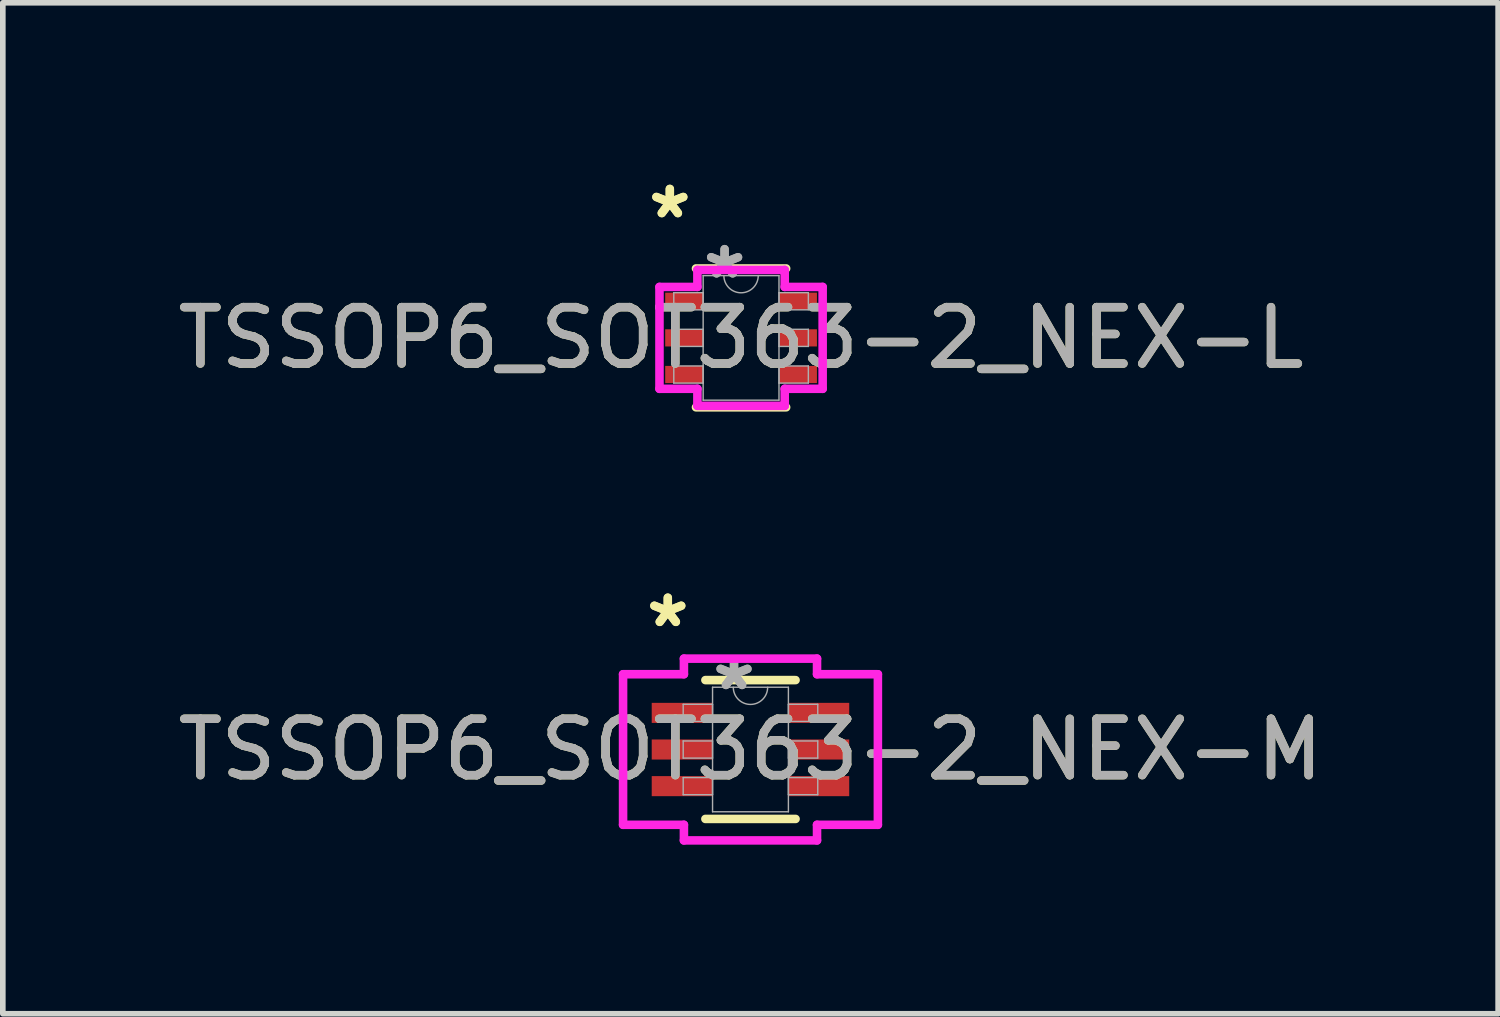
<source format=kicad_pcb>
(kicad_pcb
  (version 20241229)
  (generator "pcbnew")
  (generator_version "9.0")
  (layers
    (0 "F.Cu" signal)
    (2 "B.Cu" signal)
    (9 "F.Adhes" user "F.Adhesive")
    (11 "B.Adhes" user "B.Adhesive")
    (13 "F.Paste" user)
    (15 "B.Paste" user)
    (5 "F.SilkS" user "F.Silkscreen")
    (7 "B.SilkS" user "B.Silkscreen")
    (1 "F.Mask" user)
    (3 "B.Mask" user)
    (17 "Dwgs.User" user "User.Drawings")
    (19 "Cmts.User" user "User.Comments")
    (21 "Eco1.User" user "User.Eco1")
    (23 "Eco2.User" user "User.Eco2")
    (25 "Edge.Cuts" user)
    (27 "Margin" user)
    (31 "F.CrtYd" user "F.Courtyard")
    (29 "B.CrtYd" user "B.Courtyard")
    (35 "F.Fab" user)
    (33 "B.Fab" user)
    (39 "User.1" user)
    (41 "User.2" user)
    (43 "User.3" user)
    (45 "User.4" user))
  (footprint "TSSOP6_SOT363-2_NEX-M"
    (layer "F.Cu")
    (at 10.268 10.251)
    (property "Reference" "TSSOP6_SOT363-2_NEX-M" (at 0 0 0) (unlocked yes) (layer "F.SilkS") (effects (font (size 1 1) (thickness 0.15))))
    (attr smd)
    (fp_line (start -0.8 1.232) (end 0.8 1.232) (stroke (width 0.152) (type solid)) (layer "F.SilkS"))
    (fp_line (start 0.8 -1.232) (end -0.8 -1.232) (stroke (width 0.152) (type solid)) (layer "F.SilkS"))
    (fp_line (start -2.261 -1.336) (end -1.181 -1.336) (stroke (width 0.152) (type solid)) (layer "F.CrtYd"))
    (fp_line (start -2.261 1.336) (end -2.261 -1.336) (stroke (width 0.152) (type solid)) (layer "F.CrtYd"))
    (fp_line (start -2.261 1.336) (end -1.181 1.336) (stroke (width 0.152) (type solid)) (layer "F.CrtYd"))
    (fp_line (start -1.181 -1.613) (end 1.181 -1.613) (stroke (width 0.152) (type solid)) (layer "F.CrtYd"))
    (fp_line (start -1.181 -1.336) (end -1.181 -1.613) (stroke (width 0.152) (type solid)) (layer "F.CrtYd"))
    (fp_line (start -1.181 1.613) (end -1.181 1.336) (stroke (width 0.152) (type solid)) (layer "F.CrtYd"))
    (fp_line (start 1.181 -1.613) (end 1.181 -1.336) (stroke (width 0.152) (type solid)) (layer "F.CrtYd"))
    (fp_line (start 1.181 1.336) (end 1.181 1.613) (stroke (width 0.152) (type solid)) (layer "F.CrtYd"))
    (fp_line (start 1.181 1.613) (end -1.181 1.613) (stroke (width 0.152) (type solid)) (layer "F.CrtYd"))
    (fp_line (start 2.261 -1.336) (end 1.181 -1.336) (stroke (width 0.152) (type solid)) (layer "F.CrtYd"))
    (fp_line (start 2.261 -1.336) (end 2.261 1.336) (stroke (width 0.152) (type solid)) (layer "F.CrtYd"))
    (fp_line (start 2.261 1.336) (end 1.181 1.336) (stroke (width 0.152) (type solid)) (layer "F.CrtYd"))
    (fp_line (start -1.194 -0.802) (end -1.194 -0.498) (stroke (width 0.025) (type solid)) (layer "F.Fab"))
    (fp_line (start -1.194 -0.498) (end -0.673 -0.498) (stroke (width 0.025) (type solid)) (layer "F.Fab"))
    (fp_line (start -1.194 -0.152) (end -1.194 0.152) (stroke (width 0.025) (type solid)) (layer "F.Fab"))
    (fp_line (start -1.194 0.152) (end -0.673 0.152) (stroke (width 0.025) (type solid)) (layer "F.Fab"))
    (fp_line (start -1.194 0.498) (end -1.194 0.802) (stroke (width 0.025) (type solid)) (layer "F.Fab"))
    (fp_line (start -1.194 0.802) (end -0.673 0.802) (stroke (width 0.025) (type solid)) (layer "F.Fab"))
    (fp_line (start -0.673 -1.105) (end -0.673 1.105) (stroke (width 0.025) (type solid)) (layer "F.Fab"))
    (fp_line (start -0.673 -0.802) (end -1.194 -0.802) (stroke (width 0.025) (type solid)) (layer "F.Fab"))
    (fp_line (start -0.673 -0.498) (end -0.673 -0.802) (stroke (width 0.025) (type solid)) (layer "F.Fab"))
    (fp_line (start -0.673 -0.152) (end -1.194 -0.152) (stroke (width 0.025) (type solid)) (layer "F.Fab"))
    (fp_line (start -0.673 0.152) (end -0.673 -0.152) (stroke (width 0.025) (type solid)) (layer "F.Fab"))
    (fp_line (start -0.673 0.498) (end -1.194 0.498) (stroke (width 0.025) (type solid)) (layer "F.Fab"))
    (fp_line (start -0.673 0.802) (end -0.673 0.498) (stroke (width 0.025) (type solid)) (layer "F.Fab"))
    (fp_line (start -0.673 1.105) (end 0.673 1.105) (stroke (width 0.025) (type solid)) (layer "F.Fab"))
    (fp_line (start 0.673 -1.105) (end -0.673 -1.105) (stroke (width 0.025) (type solid)) (layer "F.Fab"))
    (fp_line (start 0.673 -0.802) (end 0.673 -0.498) (stroke (width 0.025) (type solid)) (layer "F.Fab"))
    (fp_line (start 0.673 -0.498) (end 1.194 -0.498) (stroke (width 0.025) (type solid)) (layer "F.Fab"))
    (fp_line (start 0.673 -0.152) (end 0.673 0.152) (stroke (width 0.025) (type solid)) (layer "F.Fab"))
    (fp_line (start 0.673 0.152) (end 1.194 0.152) (stroke (width 0.025) (type solid)) (layer "F.Fab"))
    (fp_line (start 0.673 0.498) (end 0.673 0.802) (stroke (width 0.025) (type solid)) (layer "F.Fab"))
    (fp_line (start 0.673 0.802) (end 1.194 0.802) (stroke (width 0.025) (type solid)) (layer "F.Fab"))
    (fp_line (start 0.673 1.105) (end 0.673 -1.105) (stroke (width 0.025) (type solid)) (layer "F.Fab"))
    (fp_line (start 1.194 -0.802) (end 0.673 -0.802) (stroke (width 0.025) (type solid)) (layer "F.Fab"))
    (fp_line (start 1.194 -0.498) (end 1.194 -0.802) (stroke (width 0.025) (type solid)) (layer "F.Fab"))
    (fp_line (start 1.194 -0.152) (end 0.673 -0.152) (stroke (width 0.025) (type solid)) (layer "F.Fab"))
    (fp_line (start 1.194 0.152) (end 1.194 -0.152) (stroke (width 0.025) (type solid)) (layer "F.Fab"))
    (fp_line (start 1.194 0.498) (end 0.673 0.498) (stroke (width 0.025) (type solid)) (layer "F.Fab"))
    (fp_line (start 1.194 0.802) (end 1.194 0.498) (stroke (width 0.025) (type solid)) (layer "F.Fab"))
    (fp_arc (start 0.3048 -1.1049) (mid 0 -0.8001) (end -0.3048 -1.1049) (stroke (width 0.0254) (type solid)) (layer "F.Fab"))
    (fp_text user "*" (at -1.467 -2.149 0) (layer "F.SilkS") (effects (font (size 1 1) (thickness 0.15))))
    (fp_text user "*" (at -1.467 -2.149 0) (unlocked yes) (layer "F.SilkS") (effects (font (size 1 1) (thickness 0.15))))
    (fp_text user "${REFERENCE}" (at 0 0 0) (unlocked yes) (layer "F.Fab") (effects (font (size 1 1) (thickness 0.15))))
    (fp_text user "*" (at -0.292 -1.029 0) (layer "F.Fab") (effects (font (size 1 1) (thickness 0.15))))
    (fp_text user "*" (at -0.292 -1.029 0) (unlocked yes) (layer "F.Fab") (effects (font (size 1 1) (thickness 0.15))))
    (pad "1" smd rect (at -1.213 -0.65) (size 1.079 0.356) (layers "F.Cu" "F.Mask" "F.Paste"))
    (pad "2" smd rect (at -1.213 0) (size 1.079 0.356) (layers "F.Cu" "F.Mask" "F.Paste"))
    (pad "3" smd rect (at -1.213 0.65) (size 1.079 0.356) (layers "F.Cu" "F.Mask" "F.Paste"))
    (pad "4" smd rect (at 1.213 0.65) (size 1.079 0.356) (layers "F.Cu" "F.Mask" "F.Paste"))
    (pad "5" smd rect (at 1.213 0) (size 1.079 0.356) (layers "F.Cu" "F.Mask" "F.Paste"))
    (pad "6" smd rect (at 1.213 -0.65) (size 1.079 0.356) (layers "F.Cu" "F.Mask" "F.Paste")))
  (footprint "TSSOP6_SOT363-2_NEX-L"
    (layer "F.Cu")
    (at 10.101 2.946)
    (property "Reference" "TSSOP6_SOT363-2_NEX-L" (at 0 0 0) (unlocked yes) (layer "F.SilkS") (effects (font (size 1 1) (thickness 0.15))))
    (attr smd)
    (fp_line (start -0.8 1.232) (end 0.8 1.232) (stroke (width 0.152) (type solid)) (layer "F.SilkS"))
    (fp_line (start 0.8 -1.232) (end -0.8 -1.232) (stroke (width 0.152) (type solid)) (layer "F.SilkS"))
    (fp_line (start -1.448 -0.904) (end -0.775 -0.904) (stroke (width 0.152) (type solid)) (layer "F.CrtYd"))
    (fp_line (start -1.448 0.904) (end -1.448 -0.904) (stroke (width 0.152) (type solid)) (layer "F.CrtYd"))
    (fp_line (start -1.448 0.904) (end -0.775 0.904) (stroke (width 0.152) (type solid)) (layer "F.CrtYd"))
    (fp_line (start -0.775 -1.206) (end 0.775 -1.206) (stroke (width 0.152) (type solid)) (layer "F.CrtYd"))
    (fp_line (start -0.775 -0.904) (end -0.775 -1.206) (stroke (width 0.152) (type solid)) (layer "F.CrtYd"))
    (fp_line (start -0.775 1.206) (end -0.775 0.904) (stroke (width 0.152) (type solid)) (layer "F.CrtYd"))
    (fp_line (start 0.775 -1.206) (end 0.775 -0.904) (stroke (width 0.152) (type solid)) (layer "F.CrtYd"))
    (fp_line (start 0.775 0.904) (end 0.775 1.206) (stroke (width 0.152) (type solid)) (layer "F.CrtYd"))
    (fp_line (start 0.775 1.206) (end -0.775 1.206) (stroke (width 0.152) (type solid)) (layer "F.CrtYd"))
    (fp_line (start 1.448 -0.904) (end 0.775 -0.904) (stroke (width 0.152) (type solid)) (layer "F.CrtYd"))
    (fp_line (start 1.448 -0.904) (end 1.448 0.904) (stroke (width 0.152) (type solid)) (layer "F.CrtYd"))
    (fp_line (start 1.448 0.904) (end 0.775 0.904) (stroke (width 0.152) (type solid)) (layer "F.CrtYd"))
    (fp_line (start -1.194 -0.802) (end -1.194 -0.498) (stroke (width 0.025) (type solid)) (layer "F.Fab"))
    (fp_line (start -1.194 -0.498) (end -0.673 -0.498) (stroke (width 0.025) (type solid)) (layer "F.Fab"))
    (fp_line (start -1.194 -0.152) (end -1.194 0.152) (stroke (width 0.025) (type solid)) (layer "F.Fab"))
    (fp_line (start -1.194 0.152) (end -0.673 0.152) (stroke (width 0.025) (type solid)) (layer "F.Fab"))
    (fp_line (start -1.194 0.498) (end -1.194 0.802) (stroke (width 0.025) (type solid)) (layer "F.Fab"))
    (fp_line (start -1.194 0.802) (end -0.673 0.802) (stroke (width 0.025) (type solid)) (layer "F.Fab"))
    (fp_line (start -0.673 -1.105) (end -0.673 1.105) (stroke (width 0.025) (type solid)) (layer "F.Fab"))
    (fp_line (start -0.673 -0.802) (end -1.194 -0.802) (stroke (width 0.025) (type solid)) (layer "F.Fab"))
    (fp_line (start -0.673 -0.498) (end -0.673 -0.802) (stroke (width 0.025) (type solid)) (layer "F.Fab"))
    (fp_line (start -0.673 -0.152) (end -1.194 -0.152) (stroke (width 0.025) (type solid)) (layer "F.Fab"))
    (fp_line (start -0.673 0.152) (end -0.673 -0.152) (stroke (width 0.025) (type solid)) (layer "F.Fab"))
    (fp_line (start -0.673 0.498) (end -1.194 0.498) (stroke (width 0.025) (type solid)) (layer "F.Fab"))
    (fp_line (start -0.673 0.802) (end -0.673 0.498) (stroke (width 0.025) (type solid)) (layer "F.Fab"))
    (fp_line (start -0.673 1.105) (end 0.673 1.105) (stroke (width 0.025) (type solid)) (layer "F.Fab"))
    (fp_line (start 0.673 -1.105) (end -0.673 -1.105) (stroke (width 0.025) (type solid)) (layer "F.Fab"))
    (fp_line (start 0.673 -0.802) (end 0.673 -0.498) (stroke (width 0.025) (type solid)) (layer "F.Fab"))
    (fp_line (start 0.673 -0.498) (end 1.194 -0.498) (stroke (width 0.025) (type solid)) (layer "F.Fab"))
    (fp_line (start 0.673 -0.152) (end 0.673 0.152) (stroke (width 0.025) (type solid)) (layer "F.Fab"))
    (fp_line (start 0.673 0.152) (end 1.194 0.152) (stroke (width 0.025) (type solid)) (layer "F.Fab"))
    (fp_line (start 0.673 0.498) (end 0.673 0.802) (stroke (width 0.025) (type solid)) (layer "F.Fab"))
    (fp_line (start 0.673 0.802) (end 1.194 0.802) (stroke (width 0.025) (type solid)) (layer "F.Fab"))
    (fp_line (start 0.673 1.105) (end 0.673 -1.105) (stroke (width 0.025) (type solid)) (layer "F.Fab"))
    (fp_line (start 1.194 -0.802) (end 0.673 -0.802) (stroke (width 0.025) (type solid)) (layer "F.Fab"))
    (fp_line (start 1.194 -0.498) (end 1.194 -0.802) (stroke (width 0.025) (type solid)) (layer "F.Fab"))
    (fp_line (start 1.194 -0.152) (end 0.673 -0.152) (stroke (width 0.025) (type solid)) (layer "F.Fab"))
    (fp_line (start 1.194 0.152) (end 1.194 -0.152) (stroke (width 0.025) (type solid)) (layer "F.Fab"))
    (fp_line (start 1.194 0.498) (end 0.673 0.498) (stroke (width 0.025) (type solid)) (layer "F.Fab"))
    (fp_line (start 1.194 0.802) (end 1.194 0.498) (stroke (width 0.025) (type solid)) (layer "F.Fab"))
    (fp_arc (start 0.3048 -1.1049) (mid 0 -0.8001) (end -0.3048 -1.1049) (stroke (width 0.0254) (type solid)) (layer "F.Fab"))
    (fp_text user "*" (at -1.264 -2.098 0) (unlocked yes) (layer "F.SilkS") (effects (font (size 1 1) (thickness 0.15))))
    (fp_text user "*" (at -1.264 -2.098 0) (layer "F.SilkS") (effects (font (size 1 1) (thickness 0.15))))
    (fp_text user "${REFERENCE}" (at 0 0 0) (unlocked yes) (layer "F.Fab") (effects (font (size 1 1) (thickness 0.15))))
    (fp_text user "*" (at -0.292 -1.029 0) (unlocked yes) (layer "F.Fab") (effects (font (size 1 1) (thickness 0.15))))
    (fp_text user "*" (at -0.292 -1.029 0) (layer "F.Fab") (effects (font (size 1 1) (thickness 0.15))))
    (pad "1" smd rect (at -1.01 -0.65) (size 0.673 0.305) (layers "F.Cu" "F.Mask" "F.Paste"))
    (pad "2" smd rect (at -1.01 0) (size 0.673 0.305) (layers "F.Cu" "F.Mask" "F.Paste"))
    (pad "3" smd rect (at -1.01 0.65) (size 0.673 0.305) (layers "F.Cu" "F.Mask" "F.Paste"))
    (pad "4" smd rect (at 1.01 0.65) (size 0.673 0.305) (layers "F.Cu" "F.Mask" "F.Paste"))
    (pad "5" smd rect (at 1.01 0) (size 0.673 0.305) (layers "F.Cu" "F.Mask" "F.Paste"))
    (pad "6" smd rect (at 1.01 -0.65) (size 0.673 0.305) (layers "F.Cu" "F.Mask" "F.Paste")))
  (gr_rect
    (start -3 -3)
    (end 23.536 14.94)
    (stroke (width 0.1) (type default))
    (fill no)
    (layer "Edge.Cuts")))
</source>
